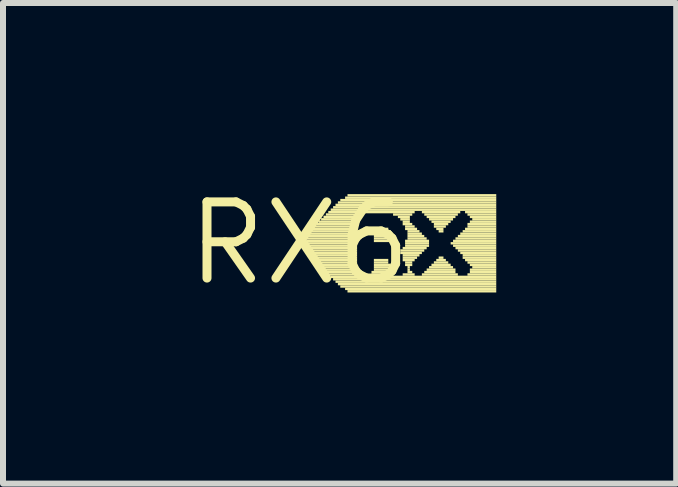
<source format=kicad_pcb>
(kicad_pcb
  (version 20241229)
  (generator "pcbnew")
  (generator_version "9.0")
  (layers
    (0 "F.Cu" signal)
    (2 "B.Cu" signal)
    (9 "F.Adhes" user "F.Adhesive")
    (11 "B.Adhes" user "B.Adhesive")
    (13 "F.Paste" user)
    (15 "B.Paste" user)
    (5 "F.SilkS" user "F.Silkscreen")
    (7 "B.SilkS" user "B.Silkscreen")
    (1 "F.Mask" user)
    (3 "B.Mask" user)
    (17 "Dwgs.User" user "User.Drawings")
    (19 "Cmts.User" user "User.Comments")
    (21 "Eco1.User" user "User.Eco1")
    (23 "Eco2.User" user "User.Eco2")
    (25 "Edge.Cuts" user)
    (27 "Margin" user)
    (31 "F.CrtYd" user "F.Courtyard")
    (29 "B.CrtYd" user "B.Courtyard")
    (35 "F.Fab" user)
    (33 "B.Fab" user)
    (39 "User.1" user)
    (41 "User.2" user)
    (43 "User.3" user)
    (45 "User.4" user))
  (footprint "RX6"
    (layer "F.Cu")
    (at 1.943 1.006)
    (property "Reference" "RX6" (at 0 0 0) (layer "F.SilkS") (effects (font (size 1.27 1.27) (thickness 0.15))))
    (fp_poly (pts (xy 0.12 -0.1) (xy 0.96 -0.1) (xy 0.96 -0.14) (xy 0.12 -0.14)) (stroke (width 0) (type solid)) (fill yes) (layer "F.SilkS"))
    (fp_poly (pts (xy 0.12 -0.06) (xy 0.96 -0.06) (xy 0.96 -0.1) (xy 0.12 -0.1)) (stroke (width 0) (type solid)) (fill yes) (layer "F.SilkS"))
    (fp_poly (pts (xy 0.12 -0.02) (xy 0.96 -0.02) (xy 0.96 -0.06) (xy 0.12 -0.06)) (stroke (width 0) (type solid)) (fill yes) (layer "F.SilkS"))
    (fp_poly (pts (xy 0.12 0.02) (xy 0.96 0.02) (xy 0.96 -0.02) (xy 0.12 -0.02)) (stroke (width 0) (type solid)) (fill yes) (layer "F.SilkS"))
    (fp_poly (pts (xy 0.12 0.06) (xy 0.96 0.06) (xy 0.96 0.02) (xy 0.12 0.02)) (stroke (width 0) (type solid)) (fill yes) (layer "F.SilkS"))
    (fp_poly (pts (xy 0.12 0.1) (xy 0.96 0.1) (xy 0.96 0.06) (xy 0.12 0.06)) (stroke (width 0) (type solid)) (fill yes) (layer "F.SilkS"))
    (fp_poly (pts (xy 0.12 0.14) (xy 0.96 0.14) (xy 0.96 0.1) (xy 0.12 0.1)) (stroke (width 0) (type solid)) (fill yes) (layer "F.SilkS"))
    (fp_poly (pts (xy 0.16 -0.14) (xy 0.96 -0.14) (xy 0.96 -0.18) (xy 0.16 -0.18)) (stroke (width 0) (type solid)) (fill yes) (layer "F.SilkS"))
    (fp_poly (pts (xy 0.16 0.18) (xy 0.96 0.18) (xy 0.96 0.14) (xy 0.16 0.14)) (stroke (width 0) (type solid)) (fill yes) (layer "F.SilkS"))
    (fp_poly (pts (xy 0.2 -0.22) (xy 0.96 -0.22) (xy 0.96 -0.26) (xy 0.2 -0.26)) (stroke (width 0) (type solid)) (fill yes) (layer "F.SilkS"))
    (fp_poly (pts (xy 0.2 -0.18) (xy 0.96 -0.18) (xy 0.96 -0.22) (xy 0.2 -0.22)) (stroke (width 0) (type solid)) (fill yes) (layer "F.SilkS"))
    (fp_poly (pts (xy 0.2 0.22) (xy 0.96 0.22) (xy 0.96 0.18) (xy 0.2 0.18)) (stroke (width 0) (type solid)) (fill yes) (layer "F.SilkS"))
    (fp_poly (pts (xy 0.2 0.26) (xy 0.96 0.26) (xy 0.96 0.22) (xy 0.2 0.22)) (stroke (width 0) (type solid)) (fill yes) (layer "F.SilkS"))
    (fp_poly (pts (xy 0.24 -0.26) (xy 0.96 -0.26) (xy 0.96 -0.3) (xy 0.24 -0.3)) (stroke (width 0) (type solid)) (fill yes) (layer "F.SilkS"))
    (fp_poly (pts (xy 0.24 0.3) (xy 0.96 0.3) (xy 0.96 0.26) (xy 0.24 0.26)) (stroke (width 0) (type solid)) (fill yes) (layer "F.SilkS"))
    (fp_poly (pts (xy 0.28 -0.3) (xy 0.96 -0.3) (xy 0.96 -0.34) (xy 0.28 -0.34)) (stroke (width 0) (type solid)) (fill yes) (layer "F.SilkS"))
    (fp_poly (pts (xy 0.28 0.34) (xy 0.96 0.34) (xy 0.96 0.3) (xy 0.28 0.3)) (stroke (width 0) (type solid)) (fill yes) (layer "F.SilkS"))
    (fp_poly (pts (xy 0.32 -0.34) (xy 0.96 -0.34) (xy 0.96 -0.38) (xy 0.32 -0.38)) (stroke (width 0) (type solid)) (fill yes) (layer "F.SilkS"))
    (fp_poly (pts (xy 0.32 0.38) (xy 0.96 0.38) (xy 0.96 0.34) (xy 0.32 0.34)) (stroke (width 0) (type solid)) (fill yes) (layer "F.SilkS"))
    (fp_poly (pts (xy 0.36 -0.38) (xy 0.96 -0.38) (xy 0.96 -0.42) (xy 0.36 -0.42)) (stroke (width 0) (type solid)) (fill yes) (layer "F.SilkS"))
    (fp_poly (pts (xy 0.36 0.42) (xy 0.96 0.42) (xy 0.96 0.38) (xy 0.36 0.38)) (stroke (width 0) (type solid)) (fill yes) (layer "F.SilkS"))
    (fp_poly (pts (xy 0.4 -0.42) (xy 0.96 -0.42) (xy 0.96 -0.46) (xy 0.4 -0.46)) (stroke (width 0) (type solid)) (fill yes) (layer "F.SilkS"))
    (fp_poly (pts (xy 0.4 0.46) (xy 0.96 0.46) (xy 0.96 0.42) (xy 0.4 0.42)) (stroke (width 0) (type solid)) (fill yes) (layer "F.SilkS"))
    (fp_poly (pts (xy 0.44 -0.46) (xy 1 -0.46) (xy 1 -0.5) (xy 0.44 -0.5)) (stroke (width 0) (type solid)) (fill yes) (layer "F.SilkS"))
    (fp_poly (pts (xy 0.44 0.5) (xy 1 0.5) (xy 1 0.46) (xy 0.44 0.46)) (stroke (width 0) (type solid)) (fill yes) (layer "F.SilkS"))
    (fp_poly (pts (xy 0.48 -0.5) (xy 1.92 -0.5) (xy 1.92 -0.54) (xy 0.48 -0.54)) (stroke (width 0) (type solid)) (fill yes) (layer "F.SilkS"))
    (fp_poly (pts (xy 0.48 0.54) (xy 1 0.54) (xy 1 0.5) (xy 0.48 0.5)) (stroke (width 0) (type solid)) (fill yes) (layer "F.SilkS"))
    (fp_poly (pts (xy 0.52 -0.54) (xy 3.28 -0.54) (xy 3.28 -0.58) (xy 0.52 -0.58)) (stroke (width 0) (type solid)) (fill yes) (layer "F.SilkS"))
    (fp_poly (pts (xy 0.52 0.58) (xy 3.28 0.58) (xy 3.28 0.54) (xy 0.52 0.54)) (stroke (width 0) (type solid)) (fill yes) (layer "F.SilkS"))
    (fp_poly (pts (xy 0.56 -0.58) (xy 3.28 -0.58) (xy 3.28 -0.62) (xy 0.56 -0.62)) (stroke (width 0) (type solid)) (fill yes) (layer "F.SilkS"))
    (fp_poly (pts (xy 0.56 0.62) (xy 3.28 0.62) (xy 3.28 0.58) (xy 0.56 0.58)) (stroke (width 0) (type solid)) (fill yes) (layer "F.SilkS"))
    (fp_poly (pts (xy 0.6 -0.62) (xy 3.28 -0.62) (xy 3.28 -0.66) (xy 0.6 -0.66)) (stroke (width 0) (type solid)) (fill yes) (layer "F.SilkS"))
    (fp_poly (pts (xy 0.6 0.66) (xy 3.28 0.66) (xy 3.28 0.62) (xy 0.6 0.62)) (stroke (width 0) (type solid)) (fill yes) (layer "F.SilkS"))
    (fp_poly (pts (xy 0.64 -0.66) (xy 3.28 -0.66) (xy 3.28 -0.7) (xy 0.64 -0.7)) (stroke (width 0) (type solid)) (fill yes) (layer "F.SilkS"))
    (fp_poly (pts (xy 0.64 0.7) (xy 3.28 0.7) (xy 3.28 0.66) (xy 0.64 0.66)) (stroke (width 0) (type solid)) (fill yes) (layer "F.SilkS"))
    (fp_poly (pts (xy 0.68 -0.7) (xy 3.28 -0.7) (xy 3.28 -0.74) (xy 0.68 -0.74)) (stroke (width 0) (type solid)) (fill yes) (layer "F.SilkS"))
    (fp_poly (pts (xy 0.68 0.74) (xy 3.28 0.74) (xy 3.28 0.7) (xy 0.68 0.7)) (stroke (width 0) (type solid)) (fill yes) (layer "F.SilkS"))
    (fp_poly (pts (xy 0.76 -0.74) (xy 3.28 -0.74) (xy 3.28 -0.78) (xy 0.76 -0.78)) (stroke (width 0) (type solid)) (fill yes) (layer "F.SilkS"))
    (fp_poly (pts (xy 0.76 0.78) (xy 3.28 0.78) (xy 3.28 0.74) (xy 0.76 0.74)) (stroke (width 0) (type solid)) (fill yes) (layer "F.SilkS"))
    (fp_poly (pts (xy 0.8 -0.78) (xy 3.28 -0.78) (xy 3.28 -0.82) (xy 0.8 -0.82)) (stroke (width 0) (type solid)) (fill yes) (layer "F.SilkS"))
    (fp_poly (pts (xy 0.8 0.82) (xy 3.28 0.82) (xy 3.28 0.78) (xy 0.8 0.78)) (stroke (width 0) (type solid)) (fill yes) (layer "F.SilkS"))
    (fp_poly (pts (xy 1.2 0.5) (xy 1.56 0.5) (xy 1.56 0.46) (xy 1.2 0.46)) (stroke (width 0) (type solid)) (fill yes) (layer "F.SilkS"))
    (fp_poly (pts (xy 1.2 0.54) (xy 1.56 0.54) (xy 1.56 0.5) (xy 1.2 0.5)) (stroke (width 0) (type solid)) (fill yes) (layer "F.SilkS"))
    (fp_poly (pts (xy 1.24 -0.22) (xy 1.48 -0.22) (xy 1.48 -0.26) (xy 1.24 -0.26)) (stroke (width 0) (type solid)) (fill yes) (layer "F.SilkS"))
    (fp_poly (pts (xy 1.24 -0.18) (xy 1.52 -0.18) (xy 1.52 -0.22) (xy 1.24 -0.22)) (stroke (width 0) (type solid)) (fill yes) (layer "F.SilkS"))
    (fp_poly (pts (xy 1.24 -0.14) (xy 1.52 -0.14) (xy 1.52 -0.18) (xy 1.24 -0.18)) (stroke (width 0) (type solid)) (fill yes) (layer "F.SilkS"))
    (fp_poly (pts (xy 1.24 -0.1) (xy 1.52 -0.1) (xy 1.52 -0.14) (xy 1.24 -0.14)) (stroke (width 0) (type solid)) (fill yes) (layer "F.SilkS"))
    (fp_poly (pts (xy 1.24 -0.06) (xy 1.52 -0.06) (xy 1.52 -0.1) (xy 1.24 -0.1)) (stroke (width 0) (type solid)) (fill yes) (layer "F.SilkS"))
    (fp_poly (pts (xy 1.24 -0.02) (xy 1.52 -0.02) (xy 1.52 -0.06) (xy 1.24 -0.06)) (stroke (width 0) (type solid)) (fill yes) (layer "F.SilkS"))
    (fp_poly (pts (xy 1.24 0.3) (xy 1.48 0.3) (xy 1.48 0.26) (xy 1.24 0.26)) (stroke (width 0) (type solid)) (fill yes) (layer "F.SilkS"))
    (fp_poly (pts (xy 1.24 0.34) (xy 1.48 0.34) (xy 1.48 0.3) (xy 1.24 0.3)) (stroke (width 0) (type solid)) (fill yes) (layer "F.SilkS"))
    (fp_poly (pts (xy 1.24 0.38) (xy 1.52 0.38) (xy 1.52 0.34) (xy 1.24 0.34)) (stroke (width 0) (type solid)) (fill yes) (layer "F.SilkS"))
    (fp_poly (pts (xy 1.24 0.42) (xy 1.52 0.42) (xy 1.52 0.38) (xy 1.24 0.38)) (stroke (width 0) (type solid)) (fill yes) (layer "F.SilkS"))
    (fp_poly (pts (xy 1.24 0.46) (xy 1.52 0.46) (xy 1.52 0.42) (xy 1.24 0.42)) (stroke (width 0) (type solid)) (fill yes) (layer "F.SilkS"))
    (fp_poly (pts (xy 1.56 -0.46) (xy 1.88 -0.46) (xy 1.88 -0.5) (xy 1.56 -0.5)) (stroke (width 0) (type solid)) (fill yes) (layer "F.SilkS"))
    (fp_poly (pts (xy 1.64 -0.42) (xy 1.84 -0.42) (xy 1.84 -0.46) (xy 1.64 -0.46)) (stroke (width 0) (type solid)) (fill yes) (layer "F.SilkS"))
    (fp_poly (pts (xy 1.68 -0.38) (xy 1.84 -0.38) (xy 1.84 -0.42) (xy 1.68 -0.42)) (stroke (width 0) (type solid)) (fill yes) (layer "F.SilkS"))
    (fp_poly (pts (xy 1.68 0.14) (xy 2.08 0.14) (xy 2.08 0.1) (xy 1.68 0.1)) (stroke (width 0) (type solid)) (fill yes) (layer "F.SilkS"))
    (fp_poly (pts (xy 1.68 0.18) (xy 2.04 0.18) (xy 2.04 0.14) (xy 1.68 0.14)) (stroke (width 0) (type solid)) (fill yes) (layer "F.SilkS"))
    (fp_poly (pts (xy 1.72 -0.34) (xy 1.84 -0.34) (xy 1.84 -0.38) (xy 1.72 -0.38)) (stroke (width 0) (type solid)) (fill yes) (layer "F.SilkS"))
    (fp_poly (pts (xy 1.72 -0.3) (xy 1.88 -0.3) (xy 1.88 -0.34) (xy 1.72 -0.34)) (stroke (width 0) (type solid)) (fill yes) (layer "F.SilkS"))
    (fp_poly (pts (xy 1.72 0.1) (xy 2.12 0.1) (xy 2.12 0.06) (xy 1.72 0.06)) (stroke (width 0) (type solid)) (fill yes) (layer "F.SilkS"))
    (fp_poly (pts (xy 1.72 0.22) (xy 2 0.22) (xy 2 0.18) (xy 1.72 0.18)) (stroke (width 0) (type solid)) (fill yes) (layer "F.SilkS"))
    (fp_poly (pts (xy 1.72 0.26) (xy 1.96 0.26) (xy 1.96 0.22) (xy 1.72 0.22)) (stroke (width 0) (type solid)) (fill yes) (layer "F.SilkS"))
    (fp_poly (pts (xy 1.72 0.3) (xy 1.92 0.3) (xy 1.92 0.26) (xy 1.72 0.26)) (stroke (width 0) (type solid)) (fill yes) (layer "F.SilkS"))
    (fp_poly (pts (xy 1.72 0.54) (xy 1.92 0.54) (xy 1.92 0.5) (xy 1.72 0.5)) (stroke (width 0) (type solid)) (fill yes) (layer "F.SilkS"))
    (fp_poly (pts (xy 1.76 -0.26) (xy 1.92 -0.26) (xy 1.92 -0.3) (xy 1.76 -0.3)) (stroke (width 0) (type solid)) (fill yes) (layer "F.SilkS"))
    (fp_poly (pts (xy 1.76 -0.22) (xy 1.96 -0.22) (xy 1.96 -0.26) (xy 1.76 -0.26)) (stroke (width 0) (type solid)) (fill yes) (layer "F.SilkS"))
    (fp_poly (pts (xy 1.76 -0.02) (xy 2.16 -0.02) (xy 2.16 -0.06) (xy 1.76 -0.06)) (stroke (width 0) (type solid)) (fill yes) (layer "F.SilkS"))
    (fp_poly (pts (xy 1.76 0.02) (xy 2.16 0.02) (xy 2.16 -0.02) (xy 1.76 -0.02)) (stroke (width 0) (type solid)) (fill yes) (layer "F.SilkS"))
    (fp_poly (pts (xy 1.76 0.06) (xy 2.16 0.06) (xy 2.16 0.02) (xy 1.76 0.02)) (stroke (width 0) (type solid)) (fill yes) (layer "F.SilkS"))
    (fp_poly (pts (xy 1.76 0.34) (xy 1.88 0.34) (xy 1.88 0.3) (xy 1.76 0.3)) (stroke (width 0) (type solid)) (fill yes) (layer "F.SilkS"))
    (fp_poly (pts (xy 1.76 0.38) (xy 1.88 0.38) (xy 1.88 0.34) (xy 1.76 0.34)) (stroke (width 0) (type solid)) (fill yes) (layer "F.SilkS"))
    (fp_poly (pts (xy 1.8 -0.18) (xy 2 -0.18) (xy 2 -0.22) (xy 1.8 -0.22)) (stroke (width 0) (type solid)) (fill yes) (layer "F.SilkS"))
    (fp_poly (pts (xy 1.8 -0.14) (xy 2.04 -0.14) (xy 2.04 -0.18) (xy 1.8 -0.18)) (stroke (width 0) (type solid)) (fill yes) (layer "F.SilkS"))
    (fp_poly (pts (xy 1.8 -0.1) (xy 2.08 -0.1) (xy 2.08 -0.14) (xy 1.8 -0.14)) (stroke (width 0) (type solid)) (fill yes) (layer "F.SilkS"))
    (fp_poly (pts (xy 1.8 -0.06) (xy 2.12 -0.06) (xy 2.12 -0.1) (xy 1.8 -0.1)) (stroke (width 0) (type solid)) (fill yes) (layer "F.SilkS"))
    (fp_poly (pts (xy 1.8 0.42) (xy 1.84 0.42) (xy 1.84 0.38) (xy 1.8 0.38)) (stroke (width 0) (type solid)) (fill yes) (layer "F.SilkS"))
    (fp_poly (pts (xy 1.8 0.46) (xy 1.84 0.46) (xy 1.84 0.42) (xy 1.8 0.42)) (stroke (width 0) (type solid)) (fill yes) (layer "F.SilkS"))
    (fp_poly (pts (xy 1.8 0.5) (xy 1.88 0.5) (xy 1.88 0.46) (xy 1.8 0.46)) (stroke (width 0) (type solid)) (fill yes) (layer "F.SilkS"))
    (fp_poly (pts (xy 2.04 -0.5) (xy 2.68 -0.5) (xy 2.68 -0.54) (xy 2.04 -0.54)) (stroke (width 0) (type solid)) (fill yes) (layer "F.SilkS"))
    (fp_poly (pts (xy 2.04 0.54) (xy 2.64 0.54) (xy 2.64 0.5) (xy 2.04 0.5)) (stroke (width 0) (type solid)) (fill yes) (layer "F.SilkS"))
    (fp_poly (pts (xy 2.08 -0.46) (xy 2.64 -0.46) (xy 2.64 -0.5) (xy 2.08 -0.5)) (stroke (width 0) (type solid)) (fill yes) (layer "F.SilkS"))
    (fp_poly (pts (xy 2.08 0.5) (xy 2.6 0.5) (xy 2.6 0.46) (xy 2.08 0.46)) (stroke (width 0) (type solid)) (fill yes) (layer "F.SilkS"))
    (fp_poly (pts (xy 2.12 -0.42) (xy 2.6 -0.42) (xy 2.6 -0.46) (xy 2.12 -0.46)) (stroke (width 0) (type solid)) (fill yes) (layer "F.SilkS"))
    (fp_poly (pts (xy 2.12 0.46) (xy 2.6 0.46) (xy 2.6 0.42) (xy 2.12 0.42)) (stroke (width 0) (type solid)) (fill yes) (layer "F.SilkS"))
    (fp_poly (pts (xy 2.16 -0.38) (xy 2.56 -0.38) (xy 2.56 -0.42) (xy 2.16 -0.42)) (stroke (width 0) (type solid)) (fill yes) (layer "F.SilkS"))
    (fp_poly (pts (xy 2.16 0.42) (xy 2.56 0.42) (xy 2.56 0.38) (xy 2.16 0.38)) (stroke (width 0) (type solid)) (fill yes) (layer "F.SilkS"))
    (fp_poly (pts (xy 2.2 -0.34) (xy 2.52 -0.34) (xy 2.52 -0.38) (xy 2.2 -0.38)) (stroke (width 0) (type solid)) (fill yes) (layer "F.SilkS"))
    (fp_poly (pts (xy 2.2 0.38) (xy 2.52 0.38) (xy 2.52 0.34) (xy 2.2 0.34)) (stroke (width 0) (type solid)) (fill yes) (layer "F.SilkS"))
    (fp_poly (pts (xy 2.24 -0.3) (xy 2.48 -0.3) (xy 2.48 -0.34) (xy 2.24 -0.34)) (stroke (width 0) (type solid)) (fill yes) (layer "F.SilkS"))
    (fp_poly (pts (xy 2.24 -0.26) (xy 2.44 -0.26) (xy 2.44 -0.3) (xy 2.24 -0.3)) (stroke (width 0) (type solid)) (fill yes) (layer "F.SilkS"))
    (fp_poly (pts (xy 2.24 0.34) (xy 2.48 0.34) (xy 2.48 0.3) (xy 2.24 0.3)) (stroke (width 0) (type solid)) (fill yes) (layer "F.SilkS"))
    (fp_poly (pts (xy 2.28 -0.22) (xy 2.4 -0.22) (xy 2.4 -0.26) (xy 2.28 -0.26)) (stroke (width 0) (type solid)) (fill yes) (layer "F.SilkS"))
    (fp_poly (pts (xy 2.28 0.3) (xy 2.44 0.3) (xy 2.44 0.26) (xy 2.28 0.26)) (stroke (width 0) (type solid)) (fill yes) (layer "F.SilkS"))
    (fp_poly (pts (xy 2.32 -0.18) (xy 2.4 -0.18) (xy 2.4 -0.22) (xy 2.32 -0.22)) (stroke (width 0) (type solid)) (fill yes) (layer "F.SilkS"))
    (fp_poly (pts (xy 2.32 0.26) (xy 2.4 0.26) (xy 2.4 0.22) (xy 2.32 0.22)) (stroke (width 0) (type solid)) (fill yes) (layer "F.SilkS"))
    (fp_poly (pts (xy 2.52 0.02) (xy 3.28 0.02) (xy 3.28 -0.02) (xy 2.52 -0.02)) (stroke (width 0) (type solid)) (fill yes) (layer "F.SilkS"))
    (fp_poly (pts (xy 2.56 -0.02) (xy 3.28 -0.02) (xy 3.28 -0.06) (xy 2.56 -0.06)) (stroke (width 0) (type solid)) (fill yes) (layer "F.SilkS"))
    (fp_poly (pts (xy 2.56 0.06) (xy 3.28 0.06) (xy 3.28 0.02) (xy 2.56 0.02)) (stroke (width 0) (type solid)) (fill yes) (layer "F.SilkS"))
    (fp_poly (pts (xy 2.6 -0.06) (xy 3.28 -0.06) (xy 3.28 -0.1) (xy 2.6 -0.1)) (stroke (width 0) (type solid)) (fill yes) (layer "F.SilkS"))
    (fp_poly (pts (xy 2.6 0.1) (xy 3.28 0.1) (xy 3.28 0.06) (xy 2.6 0.06)) (stroke (width 0) (type solid)) (fill yes) (layer "F.SilkS"))
    (fp_poly (pts (xy 2.64 -0.1) (xy 3.28 -0.1) (xy 3.28 -0.14) (xy 2.64 -0.14)) (stroke (width 0) (type solid)) (fill yes) (layer "F.SilkS"))
    (fp_poly (pts (xy 2.64 0.14) (xy 3.28 0.14) (xy 3.28 0.1) (xy 2.64 0.1)) (stroke (width 0) (type solid)) (fill yes) (layer "F.SilkS"))
    (fp_poly (pts (xy 2.68 -0.14) (xy 3.28 -0.14) (xy 3.28 -0.18) (xy 2.68 -0.18)) (stroke (width 0) (type solid)) (fill yes) (layer "F.SilkS"))
    (fp_poly (pts (xy 2.68 0.18) (xy 3.28 0.18) (xy 3.28 0.14) (xy 2.68 0.14)) (stroke (width 0) (type solid)) (fill yes) (layer "F.SilkS"))
    (fp_poly (pts (xy 2.72 -0.18) (xy 3.28 -0.18) (xy 3.28 -0.22) (xy 2.72 -0.22)) (stroke (width 0) (type solid)) (fill yes) (layer "F.SilkS"))
    (fp_poly (pts (xy 2.72 0.22) (xy 3.28 0.22) (xy 3.28 0.18) (xy 2.72 0.18)) (stroke (width 0) (type solid)) (fill yes) (layer "F.SilkS"))
    (fp_poly (pts (xy 2.72 0.26) (xy 3.28 0.26) (xy 3.28 0.22) (xy 2.72 0.22)) (stroke (width 0) (type solid)) (fill yes) (layer "F.SilkS"))
    (fp_poly (pts (xy 2.76 -0.5) (xy 3.28 -0.5) (xy 3.28 -0.54) (xy 2.76 -0.54)) (stroke (width 0) (type solid)) (fill yes) (layer "F.SilkS"))
    (fp_poly (pts (xy 2.76 -0.22) (xy 3.28 -0.22) (xy 3.28 -0.26) (xy 2.76 -0.26)) (stroke (width 0) (type solid)) (fill yes) (layer "F.SilkS"))
    (fp_poly (pts (xy 2.76 0.3) (xy 3.28 0.3) (xy 3.28 0.26) (xy 2.76 0.26)) (stroke (width 0) (type solid)) (fill yes) (layer "F.SilkS"))
    (fp_poly (pts (xy 2.8 -0.46) (xy 3.28 -0.46) (xy 3.28 -0.5) (xy 2.8 -0.5)) (stroke (width 0) (type solid)) (fill yes) (layer "F.SilkS"))
    (fp_poly (pts (xy 2.8 -0.3) (xy 3.28 -0.3) (xy 3.28 -0.34) (xy 2.8 -0.34)) (stroke (width 0) (type solid)) (fill yes) (layer "F.SilkS"))
    (fp_poly (pts (xy 2.8 -0.26) (xy 3.28 -0.26) (xy 3.28 -0.3) (xy 2.8 -0.3)) (stroke (width 0) (type solid)) (fill yes) (layer "F.SilkS"))
    (fp_poly (pts (xy 2.8 0.34) (xy 3.28 0.34) (xy 3.28 0.3) (xy 2.8 0.3)) (stroke (width 0) (type solid)) (fill yes) (layer "F.SilkS"))
    (fp_poly (pts (xy 2.8 0.54) (xy 3.28 0.54) (xy 3.28 0.5) (xy 2.8 0.5)) (stroke (width 0) (type solid)) (fill yes) (layer "F.SilkS"))
    (fp_poly (pts (xy 2.84 -0.42) (xy 3.28 -0.42) (xy 3.28 -0.46) (xy 2.84 -0.46)) (stroke (width 0) (type solid)) (fill yes) (layer "F.SilkS"))
    (fp_poly (pts (xy 2.84 -0.34) (xy 3.28 -0.34) (xy 3.28 -0.38) (xy 2.84 -0.38)) (stroke (width 0) (type solid)) (fill yes) (layer "F.SilkS"))
    (fp_poly (pts (xy 2.84 0.38) (xy 3.28 0.38) (xy 3.28 0.34) (xy 2.84 0.34)) (stroke (width 0) (type solid)) (fill yes) (layer "F.SilkS"))
    (fp_poly (pts (xy 2.84 0.46) (xy 3.28 0.46) (xy 3.28 0.42) (xy 2.84 0.42)) (stroke (width 0) (type solid)) (fill yes) (layer "F.SilkS"))
    (fp_poly (pts (xy 2.84 0.5) (xy 3.28 0.5) (xy 3.28 0.46) (xy 2.84 0.46)) (stroke (width 0) (type solid)) (fill yes) (layer "F.SilkS"))
    (fp_poly (pts (xy 2.88 -0.38) (xy 3.28 -0.38) (xy 3.28 -0.42) (xy 2.88 -0.42)) (stroke (width 0) (type solid)) (fill yes) (layer "F.SilkS"))
    (fp_poly (pts (xy 2.88 0.42) (xy 3.28 0.42) (xy 3.28 0.38) (xy 2.88 0.38)) (stroke (width 0) (type solid)) (fill yes) (layer "F.SilkS")))
  (gr_rect
    (start -3 -3)
    (end 8.223 5.012)
    (stroke (width 0.1) (type default))
    (fill no)
    (layer "Edge.Cuts")))
</source>
